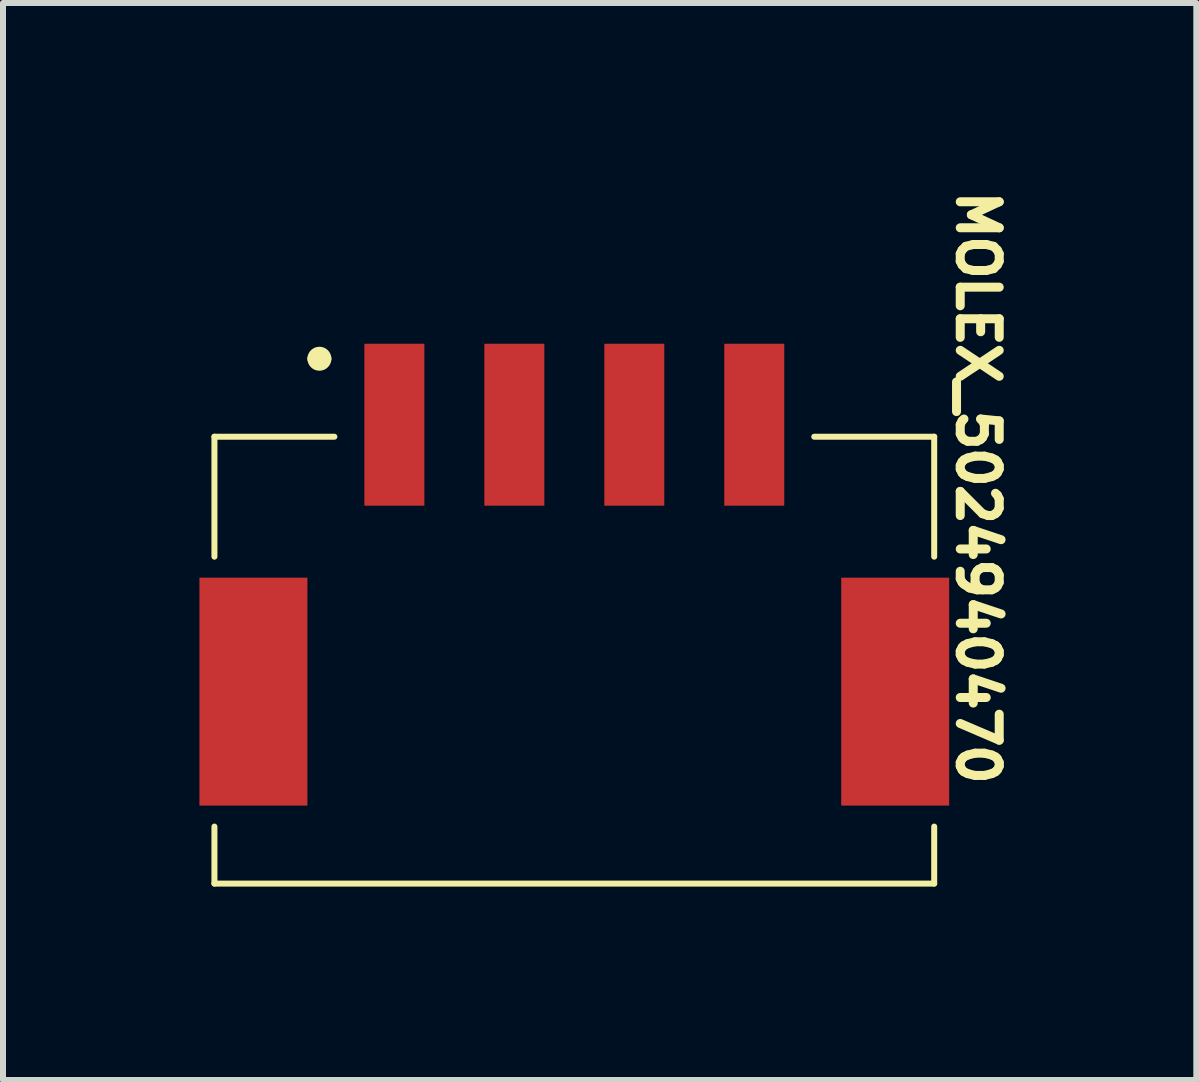
<source format=kicad_pcb>
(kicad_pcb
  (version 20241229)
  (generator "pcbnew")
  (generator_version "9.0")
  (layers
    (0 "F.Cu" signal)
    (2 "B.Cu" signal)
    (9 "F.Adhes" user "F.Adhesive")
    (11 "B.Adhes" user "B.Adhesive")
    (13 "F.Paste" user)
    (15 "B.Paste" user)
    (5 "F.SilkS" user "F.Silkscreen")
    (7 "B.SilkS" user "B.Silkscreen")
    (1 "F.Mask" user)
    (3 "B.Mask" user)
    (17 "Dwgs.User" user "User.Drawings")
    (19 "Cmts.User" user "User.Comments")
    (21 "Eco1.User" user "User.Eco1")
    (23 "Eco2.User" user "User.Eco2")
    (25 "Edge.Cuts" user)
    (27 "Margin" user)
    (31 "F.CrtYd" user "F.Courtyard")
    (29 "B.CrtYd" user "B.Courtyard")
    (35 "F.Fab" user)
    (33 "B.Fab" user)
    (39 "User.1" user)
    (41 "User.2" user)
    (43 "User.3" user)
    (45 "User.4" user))
  (footprint "MOLEX_5024940470"
    (layer "F.Cu")
    (at 6.525 7.181)
    (property "Reference" "MOLEX_5024940470" (at 6.727 -2.1 270) (unlocked yes) (layer "F.SilkS") (effects (font (size 0.65 0.65) (thickness 0.15))))
    (fp_line (start -6 -2.95) (end -6 -0.95) (stroke (width 0.1) (type solid)) (layer "F.SilkS"))
    (fp_line (start -6 -2.95) (end -4 -2.95) (stroke (width 0.1) (type solid)) (layer "F.SilkS"))
    (fp_line (start -6 3.55) (end -6 4.5) (stroke (width 0.1) (type solid)) (layer "F.SilkS"))
    (fp_line (start -6 4.5) (end 6 4.5) (stroke (width 0.1) (type solid)) (layer "F.SilkS"))
    (fp_line (start 4 -2.95) (end 6 -2.95) (stroke (width 0.1) (type solid)) (layer "F.SilkS"))
    (fp_line (start 6 -2.95) (end 6 -0.95) (stroke (width 0.1) (type solid)) (layer "F.SilkS"))
    (fp_line (start 6 3.55) (end 6 4.5) (stroke (width 0.1) (type solid)) (layer "F.SilkS"))
    (fp_arc (start -4.35 -4.25) (mid -4.25 -4.35) (end -4.15 -4.25) (stroke (width 0.2) (type solid)) (layer "F.SilkS"))
    (fp_arc (start -4.15 -4.25) (mid -4.25 -4.15) (end -4.35 -4.25) (stroke (width 0.2) (type solid)) (layer "F.SilkS"))
    (fp_line (start -6 -2.95) (end -6 4.5) (stroke (width 0.2) (type solid)) (layer "User.5"))
    (fp_line (start -6 -2.95) (end 6 -2.95) (stroke (width 0.2) (type solid)) (layer "User.5"))
    (fp_line (start -6 4.5) (end 6 4.5) (stroke (width 0.2) (type solid)) (layer "User.5"))
    (fp_line (start 6 -2.95) (end 6 4.5) (stroke (width 0.2) (type solid)) (layer "User.5"))
    (fp_line (start -6 -2.95) (end -6 4.5) (stroke (width 0.1) (type solid)) (layer "User.12"))
    (fp_line (start -6 -2.95) (end 6 -2.95) (stroke (width 0.1) (type solid)) (layer "User.12"))
    (fp_line (start -6 4.5) (end 6 4.5) (stroke (width 0.1) (type solid)) (layer "User.12"))
    (fp_line (start 6 -2.95) (end 6 4.5) (stroke (width 0.1) (type solid)) (layer "User.12"))
    (fp_line (start -6.5 -5.25) (end -6.5 4.75) (stroke (width 0.05) (type solid)) (layer "User.13"))
    (fp_line (start -6.5 -5.25) (end 6.5 -5.25) (stroke (width 0.05) (type solid)) (layer "User.13"))
    (fp_line (start -6.5 4.75) (end 6.5 4.75) (stroke (width 0.05) (type solid)) (layer "User.13"))
    (fp_line (start 6.5 -5.25) (end 6.5 4.75) (stroke (width 0.05) (type solid)) (layer "User.13"))
    (fp_text user "${REFERENCE}" (at 0.152 0.027 0) (unlocked yes) (layer "User.5") (effects (font (size 0.762 0.762) (thickness 0.152))))
    (pad "1" smd rect (at -3 -3.15 90) (size 2.7 1) (layers "F.Cu" "F.Mask" "F.Paste"))
    (pad "2" smd rect (at -1 -3.15 90) (size 2.7 1) (layers "F.Cu" "F.Mask" "F.Paste"))
    (pad "3" smd rect (at 1 -3.15 90) (size 2.7 1) (layers "F.Cu" "F.Mask" "F.Paste"))
    (pad "4" smd rect (at 3 -3.15 90) (size 2.7 1) (layers "F.Cu" "F.Mask" "F.Paste"))
    (pad "P1" smd rect (at -5.35 1.3 90) (size 3.8 1.8) (layers "F.Cu" "F.Mask" "F.Paste"))
    (pad "P2" smd rect (at 5.35 1.3 90) (size 3.8 1.8) (layers "F.Cu" "F.Mask" "F.Paste")))
  (gr_rect
    (start -3 -3)
    (end 16.895 14.956)
    (stroke (width 0.1) (type default))
    (fill no)
    (layer "Edge.Cuts")))
</source>
